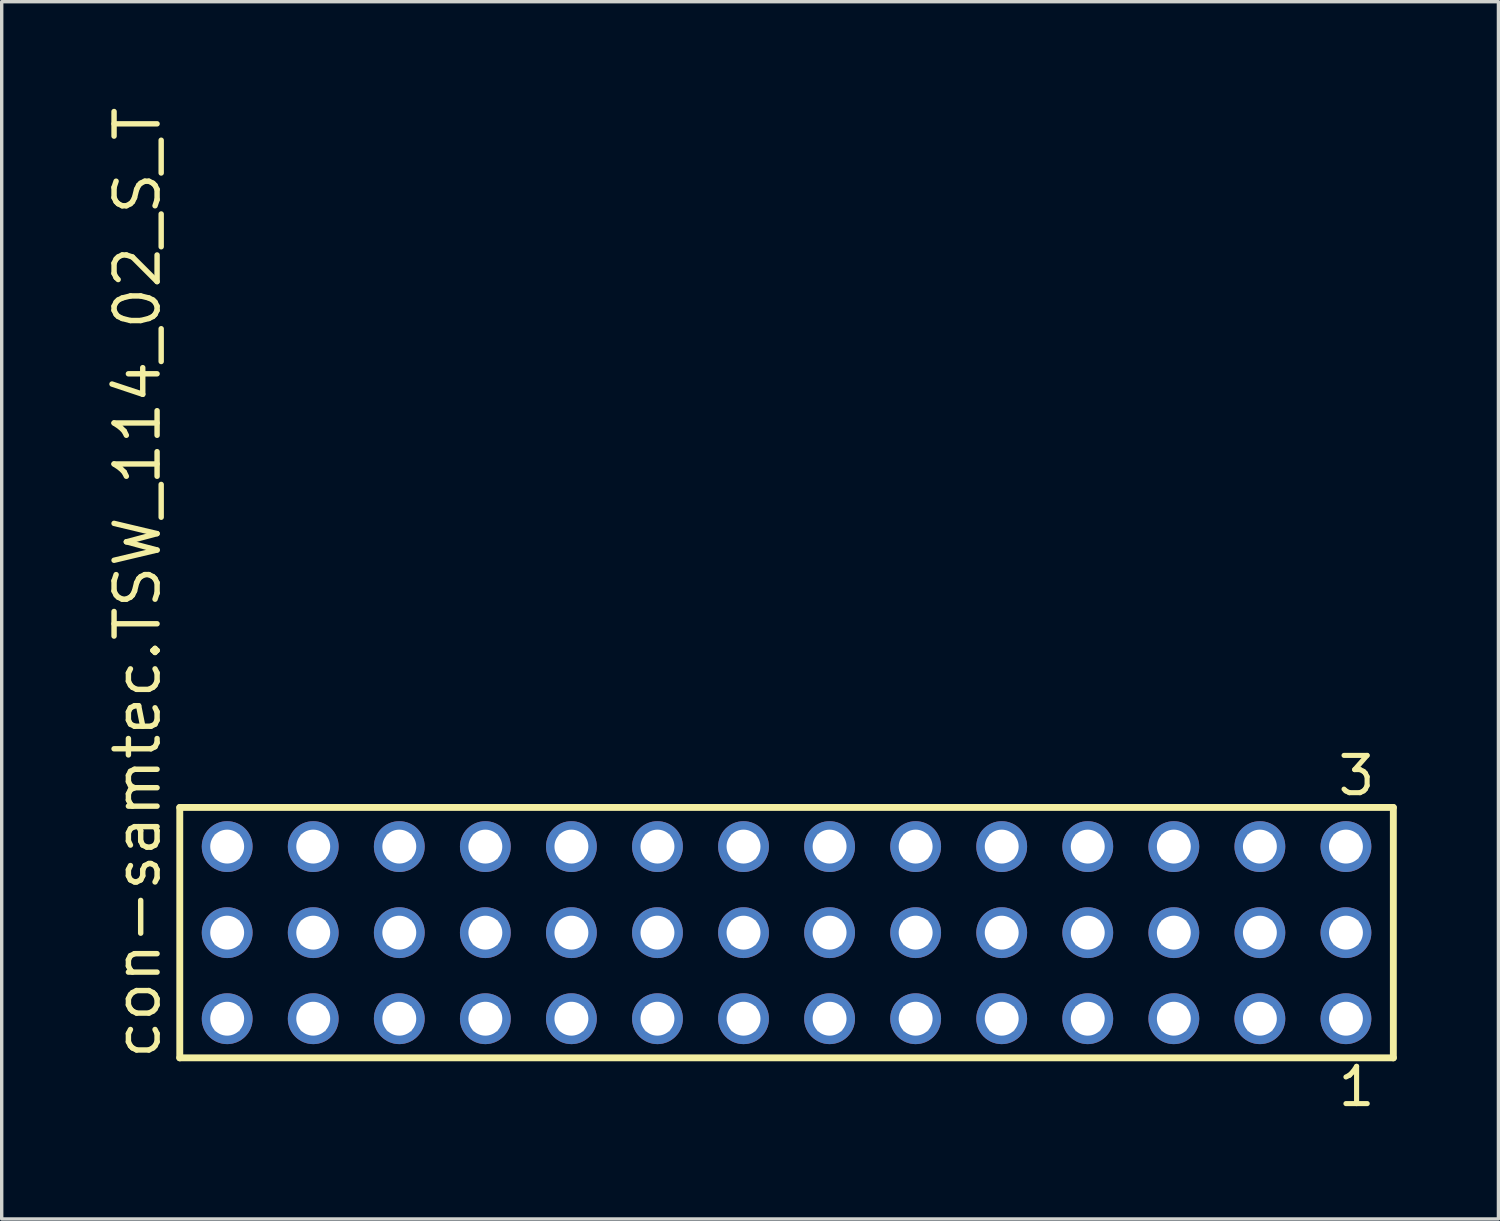
<source format=kicad_pcb>
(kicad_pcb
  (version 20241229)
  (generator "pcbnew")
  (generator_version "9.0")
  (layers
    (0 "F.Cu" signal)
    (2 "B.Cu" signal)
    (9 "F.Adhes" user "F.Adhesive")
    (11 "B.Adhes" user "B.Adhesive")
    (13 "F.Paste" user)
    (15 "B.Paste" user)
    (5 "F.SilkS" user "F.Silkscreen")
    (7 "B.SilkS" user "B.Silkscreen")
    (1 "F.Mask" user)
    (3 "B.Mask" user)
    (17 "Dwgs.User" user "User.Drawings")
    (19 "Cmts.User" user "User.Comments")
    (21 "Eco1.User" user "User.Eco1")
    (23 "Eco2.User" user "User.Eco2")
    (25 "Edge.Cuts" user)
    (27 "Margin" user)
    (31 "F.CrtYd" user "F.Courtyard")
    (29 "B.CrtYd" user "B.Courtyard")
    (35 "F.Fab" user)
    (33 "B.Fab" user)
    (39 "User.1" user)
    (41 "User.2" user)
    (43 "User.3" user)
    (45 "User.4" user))
  (footprint "con-samtec.TSW_114_02_S_T"
    (layer "F.Cu")
    (at 20.165 24.477)
    (property "Reference" "con-samtec.TSW_114_02_S_T" (at -18.415 3.81 90) (layer "F.SilkS") (effects (font (size 1.27 1.27) (thickness 0.16)) (justify left bottom)))
    (attr through_hole)
    (fp_line (start -17.909 -3.695) (end 17.909 -3.695) (stroke (width 0.203) (type default)) (layer "F.SilkS"))
    (fp_line (start -17.909 3.695) (end -17.909 -3.695) (stroke (width 0.203) (type default)) (layer "F.SilkS"))
    (fp_line (start 17.909 -3.695) (end 17.909 3.695) (stroke (width 0.203) (type default)) (layer "F.SilkS"))
    (fp_line (start 17.909 3.695) (end -17.909 3.695) (stroke (width 0.203) (type default)) (layer "F.SilkS"))
    (fp_rect (start -16.86 -2.19) (end -16.16 -2.89) (stroke (width 0.05) (type default)) (fill no) (layer "F.Fab"))
    (fp_rect (start -16.86 0.35) (end -16.16 -0.35) (stroke (width 0.05) (type default)) (fill no) (layer "F.Fab"))
    (fp_rect (start -16.86 2.89) (end -16.16 2.19) (stroke (width 0.05) (type default)) (fill no) (layer "F.Fab"))
    (fp_rect (start -14.32 -2.19) (end -13.62 -2.89) (stroke (width 0.05) (type default)) (fill no) (layer "F.Fab"))
    (fp_rect (start -14.32 0.35) (end -13.62 -0.35) (stroke (width 0.05) (type default)) (fill no) (layer "F.Fab"))
    (fp_rect (start -14.32 2.89) (end -13.62 2.19) (stroke (width 0.05) (type default)) (fill no) (layer "F.Fab"))
    (fp_rect (start -11.78 -2.19) (end -11.08 -2.89) (stroke (width 0.05) (type default)) (fill no) (layer "F.Fab"))
    (fp_rect (start -11.78 0.35) (end -11.08 -0.35) (stroke (width 0.05) (type default)) (fill no) (layer "F.Fab"))
    (fp_rect (start -11.78 2.89) (end -11.08 2.19) (stroke (width 0.05) (type default)) (fill no) (layer "F.Fab"))
    (fp_rect (start -9.24 -2.19) (end -8.54 -2.89) (stroke (width 0.05) (type default)) (fill no) (layer "F.Fab"))
    (fp_rect (start -9.24 0.35) (end -8.54 -0.35) (stroke (width 0.05) (type default)) (fill no) (layer "F.Fab"))
    (fp_rect (start -9.24 2.89) (end -8.54 2.19) (stroke (width 0.05) (type default)) (fill no) (layer "F.Fab"))
    (fp_rect (start -6.7 -2.19) (end -6 -2.89) (stroke (width 0.05) (type default)) (fill no) (layer "F.Fab"))
    (fp_rect (start -6.7 0.35) (end -6 -0.35) (stroke (width 0.05) (type default)) (fill no) (layer "F.Fab"))
    (fp_rect (start -6.7 2.89) (end -6 2.19) (stroke (width 0.05) (type default)) (fill no) (layer "F.Fab"))
    (fp_rect (start -4.16 -2.19) (end -3.46 -2.89) (stroke (width 0.05) (type default)) (fill no) (layer "F.Fab"))
    (fp_rect (start -4.16 0.35) (end -3.46 -0.35) (stroke (width 0.05) (type default)) (fill no) (layer "F.Fab"))
    (fp_rect (start -4.16 2.89) (end -3.46 2.19) (stroke (width 0.05) (type default)) (fill no) (layer "F.Fab"))
    (fp_rect (start -1.62 -2.19) (end -0.92 -2.89) (stroke (width 0.05) (type default)) (fill no) (layer "F.Fab"))
    (fp_rect (start -1.62 0.35) (end -0.92 -0.35) (stroke (width 0.05) (type default)) (fill no) (layer "F.Fab"))
    (fp_rect (start -1.62 2.89) (end -0.92 2.19) (stroke (width 0.05) (type default)) (fill no) (layer "F.Fab"))
    (fp_rect (start 0.92 -2.19) (end 1.62 -2.89) (stroke (width 0.05) (type default)) (fill no) (layer "F.Fab"))
    (fp_rect (start 0.92 0.35) (end 1.62 -0.35) (stroke (width 0.05) (type default)) (fill no) (layer "F.Fab"))
    (fp_rect (start 0.92 2.89) (end 1.62 2.19) (stroke (width 0.05) (type default)) (fill no) (layer "F.Fab"))
    (fp_rect (start 3.46 -2.19) (end 4.16 -2.89) (stroke (width 0.05) (type default)) (fill no) (layer "F.Fab"))
    (fp_rect (start 3.46 0.35) (end 4.16 -0.35) (stroke (width 0.05) (type default)) (fill no) (layer "F.Fab"))
    (fp_rect (start 3.46 2.89) (end 4.16 2.19) (stroke (width 0.05) (type default)) (fill no) (layer "F.Fab"))
    (fp_rect (start 6 -2.19) (end 6.7 -2.89) (stroke (width 0.05) (type default)) (fill no) (layer "F.Fab"))
    (fp_rect (start 6 0.35) (end 6.7 -0.35) (stroke (width 0.05) (type default)) (fill no) (layer "F.Fab"))
    (fp_rect (start 6 2.89) (end 6.7 2.19) (stroke (width 0.05) (type default)) (fill no) (layer "F.Fab"))
    (fp_rect (start 8.54 -2.19) (end 9.24 -2.89) (stroke (width 0.05) (type default)) (fill no) (layer "F.Fab"))
    (fp_rect (start 8.54 0.35) (end 9.24 -0.35) (stroke (width 0.05) (type default)) (fill no) (layer "F.Fab"))
    (fp_rect (start 8.54 2.89) (end 9.24 2.19) (stroke (width 0.05) (type default)) (fill no) (layer "F.Fab"))
    (fp_rect (start 11.08 -2.19) (end 11.78 -2.89) (stroke (width 0.05) (type default)) (fill no) (layer "F.Fab"))
    (fp_rect (start 11.08 0.35) (end 11.78 -0.35) (stroke (width 0.05) (type default)) (fill no) (layer "F.Fab"))
    (fp_rect (start 11.08 2.89) (end 11.78 2.19) (stroke (width 0.05) (type default)) (fill no) (layer "F.Fab"))
    (fp_rect (start 13.62 -2.19) (end 14.32 -2.89) (stroke (width 0.05) (type default)) (fill no) (layer "F.Fab"))
    (fp_rect (start 13.62 0.35) (end 14.32 -0.35) (stroke (width 0.05) (type default)) (fill no) (layer "F.Fab"))
    (fp_rect (start 13.62 2.89) (end 14.32 2.19) (stroke (width 0.05) (type default)) (fill no) (layer "F.Fab"))
    (fp_rect (start 16.16 -2.19) (end 16.86 -2.89) (stroke (width 0.05) (type default)) (fill no) (layer "F.Fab"))
    (fp_rect (start 16.16 0.35) (end 16.86 -0.35) (stroke (width 0.05) (type default)) (fill no) (layer "F.Fab"))
    (fp_rect (start 16.16 2.89) (end 16.86 2.19) (stroke (width 0.05) (type default)) (fill no) (layer "F.Fab"))
    (fp_text user "3" (at 16.198 -3.989 0) (layer "F.SilkS") (effects (font (size 1.1 1.1) (thickness 0.15)) (justify left bottom)))
    (fp_text user "1" (at 16.202 5.188 0) (layer "F.SilkS") (effects (font (size 1.1 1.1) (thickness 0.15)) (justify left bottom)))
    (pad "1" thru_hole circle (at 16.51 2.54 180) (size 1.5 1.5) (drill 1) (layers "*.Cu" "*.Mask"))
    (pad "2" thru_hole circle (at 16.51 0 180) (size 1.5 1.5) (drill 1) (layers "*.Cu" "*.Mask"))
    (pad "3" thru_hole circle (at 16.51 -2.54 180) (size 1.5 1.5) (drill 1) (layers "*.Cu" "*.Mask"))
    (pad "4" thru_hole circle (at 13.97 2.54 180) (size 1.5 1.5) (drill 1) (layers "*.Cu" "*.Mask"))
    (pad "5" thru_hole circle (at 13.97 0 180) (size 1.5 1.5) (drill 1) (layers "*.Cu" "*.Mask"))
    (pad "6" thru_hole circle (at 13.97 -2.54 180) (size 1.5 1.5) (drill 1) (layers "*.Cu" "*.Mask"))
    (pad "7" thru_hole circle (at 11.43 2.54 180) (size 1.5 1.5) (drill 1) (layers "*.Cu" "*.Mask"))
    (pad "8" thru_hole circle (at 11.43 0 180) (size 1.5 1.5) (drill 1) (layers "*.Cu" "*.Mask"))
    (pad "9" thru_hole circle (at 11.43 -2.54 180) (size 1.5 1.5) (drill 1) (layers "*.Cu" "*.Mask"))
    (pad "10" thru_hole circle (at 8.89 2.54 180) (size 1.5 1.5) (drill 1) (layers "*.Cu" "*.Mask"))
    (pad "11" thru_hole circle (at 8.89 0 180) (size 1.5 1.5) (drill 1) (layers "*.Cu" "*.Mask"))
    (pad "12" thru_hole circle (at 8.89 -2.54 180) (size 1.5 1.5) (drill 1) (layers "*.Cu" "*.Mask"))
    (pad "13" thru_hole circle (at 6.35 2.54 180) (size 1.5 1.5) (drill 1) (layers "*.Cu" "*.Mask"))
    (pad "14" thru_hole circle (at 6.35 0 180) (size 1.5 1.5) (drill 1) (layers "*.Cu" "*.Mask"))
    (pad "15" thru_hole circle (at 6.35 -2.54 180) (size 1.5 1.5) (drill 1) (layers "*.Cu" "*.Mask"))
    (pad "16" thru_hole circle (at 3.81 2.54 180) (size 1.5 1.5) (drill 1) (layers "*.Cu" "*.Mask"))
    (pad "17" thru_hole circle (at 3.81 0 180) (size 1.5 1.5) (drill 1) (layers "*.Cu" "*.Mask"))
    (pad "18" thru_hole circle (at 3.81 -2.54 180) (size 1.5 1.5) (drill 1) (layers "*.Cu" "*.Mask"))
    (pad "19" thru_hole circle (at 1.27 2.54 180) (size 1.5 1.5) (drill 1) (layers "*.Cu" "*.Mask"))
    (pad "20" thru_hole circle (at 1.27 0 180) (size 1.5 1.5) (drill 1) (layers "*.Cu" "*.Mask"))
    (pad "21" thru_hole circle (at 1.27 -2.54 180) (size 1.5 1.5) (drill 1) (layers "*.Cu" "*.Mask"))
    (pad "22" thru_hole circle (at -1.27 2.54 180) (size 1.5 1.5) (drill 1) (layers "*.Cu" "*.Mask"))
    (pad "23" thru_hole circle (at -1.27 0 180) (size 1.5 1.5) (drill 1) (layers "*.Cu" "*.Mask"))
    (pad "24" thru_hole circle (at -1.27 -2.54 180) (size 1.5 1.5) (drill 1) (layers "*.Cu" "*.Mask"))
    (pad "25" thru_hole circle (at -3.81 2.54 180) (size 1.5 1.5) (drill 1) (layers "*.Cu" "*.Mask"))
    (pad "26" thru_hole circle (at -3.81 0 180) (size 1.5 1.5) (drill 1) (layers "*.Cu" "*.Mask"))
    (pad "27" thru_hole circle (at -3.81 -2.54 180) (size 1.5 1.5) (drill 1) (layers "*.Cu" "*.Mask"))
    (pad "28" thru_hole circle (at -6.35 2.54 180) (size 1.5 1.5) (drill 1) (layers "*.Cu" "*.Mask"))
    (pad "29" thru_hole circle (at -6.35 0 180) (size 1.5 1.5) (drill 1) (layers "*.Cu" "*.Mask"))
    (pad "30" thru_hole circle (at -6.35 -2.54 180) (size 1.5 1.5) (drill 1) (layers "*.Cu" "*.Mask"))
    (pad "31" thru_hole circle (at -8.89 2.54 180) (size 1.5 1.5) (drill 1) (layers "*.Cu" "*.Mask"))
    (pad "32" thru_hole circle (at -8.89 0 180) (size 1.5 1.5) (drill 1) (layers "*.Cu" "*.Mask"))
    (pad "33" thru_hole circle (at -8.89 -2.54 180) (size 1.5 1.5) (drill 1) (layers "*.Cu" "*.Mask"))
    (pad "34" thru_hole circle (at -11.43 2.54 180) (size 1.5 1.5) (drill 1) (layers "*.Cu" "*.Mask"))
    (pad "35" thru_hole circle (at -11.43 0 180) (size 1.5 1.5) (drill 1) (layers "*.Cu" "*.Mask"))
    (pad "36" thru_hole circle (at -11.43 -2.54 180) (size 1.5 1.5) (drill 1) (layers "*.Cu" "*.Mask"))
    (pad "37" thru_hole circle (at -13.97 2.54 180) (size 1.5 1.5) (drill 1) (layers "*.Cu" "*.Mask"))
    (pad "38" thru_hole circle (at -13.97 0 180) (size 1.5 1.5) (drill 1) (layers "*.Cu" "*.Mask"))
    (pad "39" thru_hole circle (at -13.97 -2.54 180) (size 1.5 1.5) (drill 1) (layers "*.Cu" "*.Mask"))
    (pad "40" thru_hole circle (at -16.51 2.54 180) (size 1.5 1.5) (drill 1) (layers "*.Cu" "*.Mask"))
    (pad "41" thru_hole circle (at -16.51 0 180) (size 1.5 1.5) (drill 1) (layers "*.Cu" "*.Mask"))
    (pad "42" thru_hole circle (at -16.51 -2.54 180) (size 1.5 1.5) (drill 1) (layers "*.Cu" "*.Mask")))
  (gr_rect
    (start -3 -3)
    (end 41.176 32.928)
    (stroke (width 0.1) (type default))
    (fill no)
    (layer "Edge.Cuts")))
</source>
